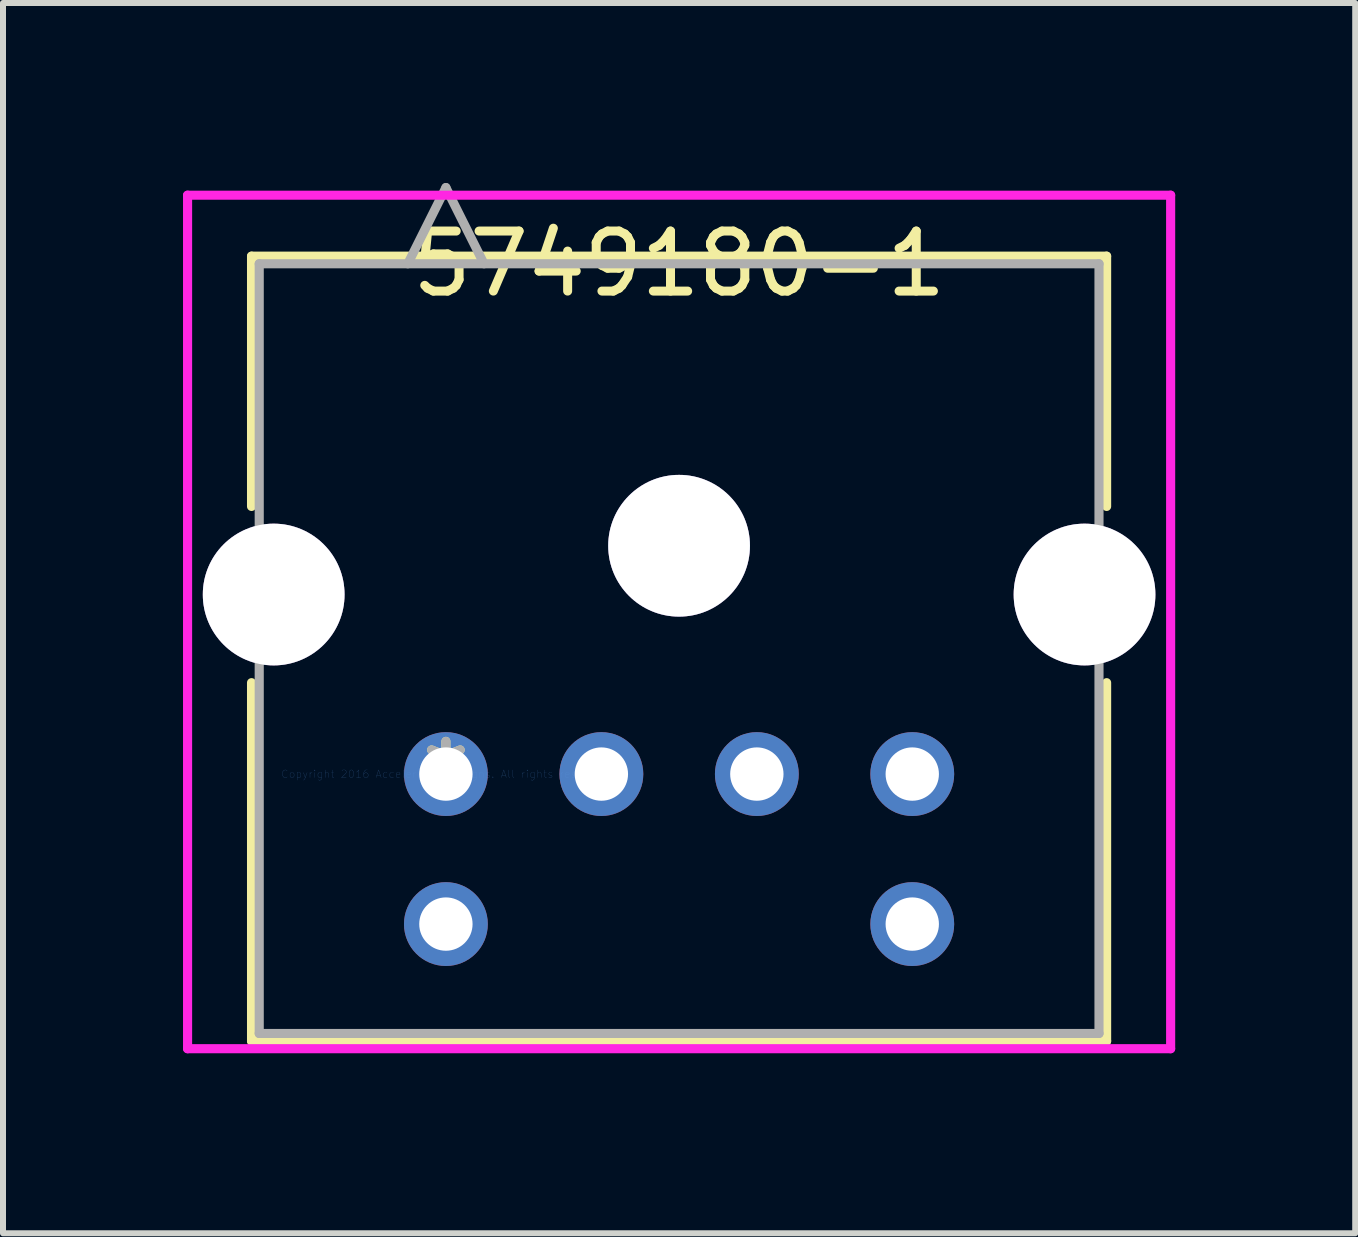
<source format=kicad_pcb>
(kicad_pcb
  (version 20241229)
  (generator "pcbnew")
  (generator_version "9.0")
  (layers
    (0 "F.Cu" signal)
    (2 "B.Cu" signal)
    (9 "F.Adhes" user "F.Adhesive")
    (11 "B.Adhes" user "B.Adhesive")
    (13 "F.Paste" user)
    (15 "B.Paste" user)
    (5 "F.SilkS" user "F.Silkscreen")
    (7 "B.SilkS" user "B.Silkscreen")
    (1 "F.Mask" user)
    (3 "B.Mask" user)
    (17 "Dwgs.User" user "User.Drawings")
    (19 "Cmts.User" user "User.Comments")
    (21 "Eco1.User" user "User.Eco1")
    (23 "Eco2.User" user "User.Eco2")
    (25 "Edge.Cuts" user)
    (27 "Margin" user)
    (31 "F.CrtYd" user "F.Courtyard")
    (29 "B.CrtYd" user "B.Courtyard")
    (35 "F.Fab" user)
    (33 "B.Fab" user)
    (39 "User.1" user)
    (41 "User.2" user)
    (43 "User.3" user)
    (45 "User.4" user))
  (footprint "5749180-1"
    (layer "F.Cu")
    (at 4.381 9.85)
    (property "Reference" "5749180-1" (at 3.886 -8.504 0) (layer "F.SilkS") (effects (font (size 1 1) (thickness 0.15))))
    (attr through_hole)
    (fp_line (start -3.239 -8.631) (end -3.239 -4.46) (stroke (width 0.152) (type solid)) (layer "F.SilkS"))
    (fp_line (start -3.239 -1.523) (end -3.239 4.45) (stroke (width 0.152) (type solid)) (layer "F.SilkS"))
    (fp_line (start -3.239 4.45) (end 11.011 4.45) (stroke (width 0.152) (type solid)) (layer "F.SilkS"))
    (fp_line (start 11.011 -8.631) (end -3.239 -8.631) (stroke (width 0.152) (type solid)) (layer "F.SilkS"))
    (fp_line (start 11.011 -4.46) (end 11.011 -8.631) (stroke (width 0.152) (type solid)) (layer "F.SilkS"))
    (fp_line (start 11.011 4.45) (end 11.011 -1.523) (stroke (width 0.152) (type solid)) (layer "F.SilkS"))
    (fp_line (start -4.305 -9.647) (end -4.305 4.577) (stroke (width 0.152) (type solid)) (layer "F.CrtYd"))
    (fp_line (start -4.305 4.577) (end 12.078 4.577) (stroke (width 0.152) (type solid)) (layer "F.CrtYd"))
    (fp_line (start 12.078 -9.647) (end -4.305 -9.647) (stroke (width 0.152) (type solid)) (layer "F.CrtYd"))
    (fp_line (start 12.078 4.577) (end 12.078 -9.647) (stroke (width 0.152) (type solid)) (layer "F.CrtYd"))
    (fp_line (start -3.111 -8.504) (end -3.111 4.323) (stroke (width 0.152) (type solid)) (layer "F.Fab"))
    (fp_line (start -3.111 4.323) (end 10.884 4.323) (stroke (width 0.152) (type solid)) (layer "F.Fab"))
    (fp_line (start -0.635 -8.504) (end 0 -9.774) (stroke (width 0.152) (type solid)) (layer "F.Fab"))
    (fp_line (start 0.635 -8.504) (end 0 -9.774) (stroke (width 0.152) (type solid)) (layer "F.Fab"))
    (fp_line (start 10.884 -8.504) (end -3.111 -8.504) (stroke (width 0.152) (type solid)) (layer "F.Fab"))
    (fp_line (start 10.884 4.323) (end 10.884 -8.504) (stroke (width 0.152) (type solid)) (layer "F.Fab"))
    (fp_text user "*" (at 0 0 0) (layer "F.SilkS") (effects (font (size 1 1) (thickness 0.15))))
    (fp_text user "Copyright 2016 Accelerated Designs. All rights reserved." (at 0 0 0) (layer "Cmts.User") (effects (font (size 0.127 0.127) (thickness 0.002))))
    (fp_text user "*" (at 0 0 0) (layer "F.Fab") (effects (font (size 1 1) (thickness 0.15))))
    (pad "1" thru_hole circle (at 2.591 0) (size 1.397 1.397) (drill 0.889) (layers "*.Cu" "*.Mask"))
    (pad "2" thru_hole circle (at 5.182 0) (size 1.397 1.397) (drill 0.889) (layers "*.Cu" "*.Mask"))
    (pad "3" thru_hole circle (at 0 0) (size 1.397 1.397) (drill 0.889) (layers "*.Cu" "*.Mask"))
    (pad "4" thru_hole circle (at 7.772 0) (size 1.397 1.397) (drill 0.889) (layers "*.Cu" "*.Mask"))
    (pad "5" thru_hole circle (at 0 2.5) (size 1.397 1.397) (drill 0.889) (layers "*.Cu" "*.Mask"))
    (pad "6" thru_hole circle (at -2.87 -2.992 90) (size 2.362 2.362) (drill 2.362) (layers "*.Cu" "*.Mask"))
    (pad "6" thru_hole circle (at 7.772 2.5) (size 1.397 1.397) (drill 0.889) (layers "*.Cu" "*.Mask"))
    (pad "7" thru_hole circle (at 10.643 -2.992 90) (size 2.362 2.362) (drill 2.362) (layers "*.Cu" "*.Mask"))
    (pad "10" thru_hole circle (at 3.886 -3.805) (size 2.362 2.362) (drill 2.362) (layers "*.Cu" "*.Mask")))
  (gr_rect
    (start -3 -3)
    (end 19.535 17.503)
    (stroke (width 0.1) (type default))
    (fill no)
    (layer "Edge.Cuts")))
</source>
